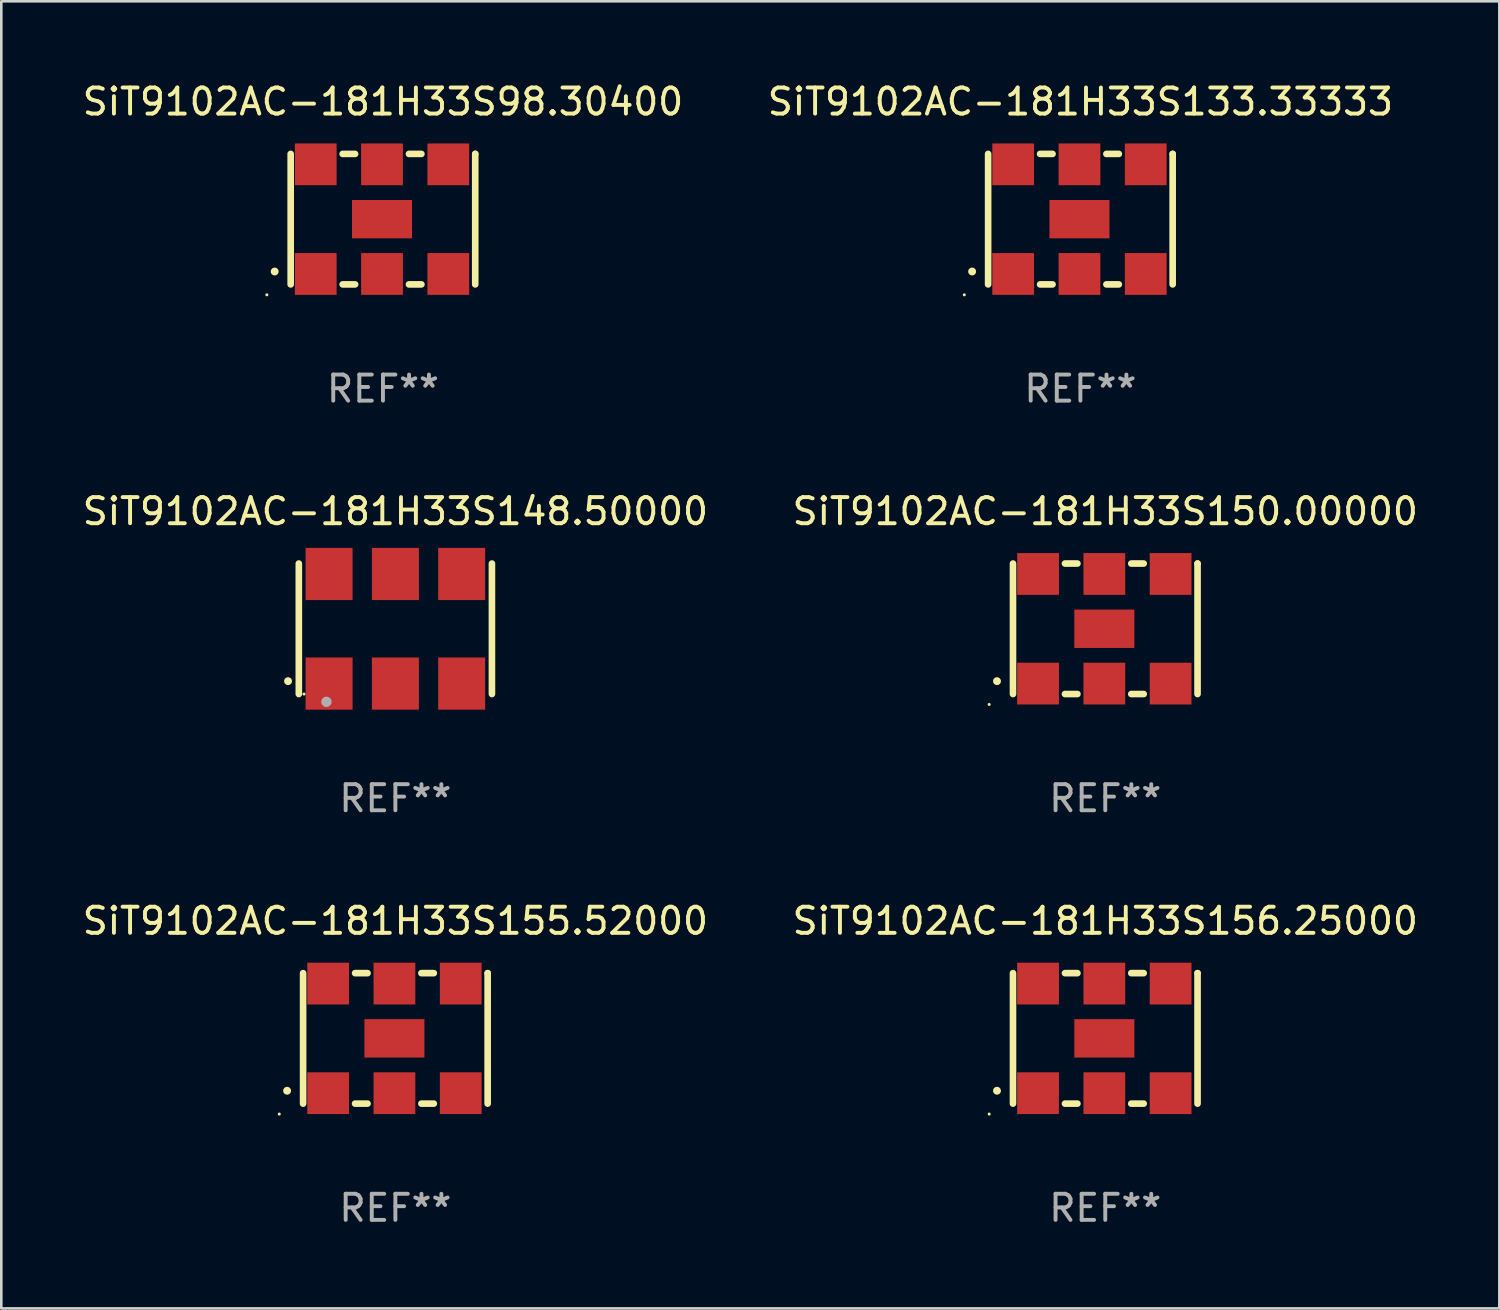
<source format=kicad_pcb>
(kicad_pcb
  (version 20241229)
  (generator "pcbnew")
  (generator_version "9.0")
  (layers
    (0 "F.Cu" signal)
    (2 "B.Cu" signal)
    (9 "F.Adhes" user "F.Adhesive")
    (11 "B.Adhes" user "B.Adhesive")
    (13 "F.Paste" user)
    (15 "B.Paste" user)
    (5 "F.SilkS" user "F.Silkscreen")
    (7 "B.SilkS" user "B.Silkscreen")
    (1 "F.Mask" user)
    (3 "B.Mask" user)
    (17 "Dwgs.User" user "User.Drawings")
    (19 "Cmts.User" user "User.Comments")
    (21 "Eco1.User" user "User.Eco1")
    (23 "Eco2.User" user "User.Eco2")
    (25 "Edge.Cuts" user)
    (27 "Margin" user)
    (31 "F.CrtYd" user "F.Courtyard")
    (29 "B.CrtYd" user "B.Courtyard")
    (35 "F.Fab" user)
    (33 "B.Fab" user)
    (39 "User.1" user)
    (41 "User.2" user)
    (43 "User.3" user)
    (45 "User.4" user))
  (footprint "SiT9102AC-181H33S156.25000"
    (layer "F.Cu")
    (at 39.304 36.741)
    (property "Reference" "SiT9102AC-181H33S156.25000" (at 0 -4.5 0) (layer "F.SilkS") (effects (font (size 1 1) (thickness 0.15))))
    (attr through_hole)
    (fp_line (start -3.536 -2.5) (end -3.536 2.5) (stroke (width 0.254) (type solid)) (layer "F.SilkS"))
    (fp_line (start -1.544 2.5) (end -1.067 2.5) (stroke (width 0.254) (type solid)) (layer "F.SilkS"))
    (fp_line (start -1.067 -2.5) (end -1.544 -2.5) (stroke (width 0.254) (type solid)) (layer "F.SilkS"))
    (fp_line (start 0.996 2.5) (end 1.473 2.5) (stroke (width 0.254) (type solid)) (layer "F.SilkS"))
    (fp_line (start 1.473 -2.5) (end 0.996 -2.5) (stroke (width 0.254) (type solid)) (layer "F.SilkS"))
    (fp_line (start 3.536 -2.5) (end 3.536 -2.5) (stroke (width 0.254) (type solid)) (layer "F.SilkS"))
    (fp_line (start 3.536 2.5) (end 3.536 -2.5) (stroke (width 0.254) (type solid)) (layer "F.SilkS"))
    (fp_arc (start -4.150432 2.006604) (mid -4.149162 2.006599) (end -4.147892 2.006604) (stroke (width 0.3) (type solid)) (layer "F.SilkS"))
    (fp_circle (center -4.449 2.9) (end -4.419 2.9) (stroke (width 0.06) (type solid)) (fill no) (layer "F.SilkS"))
    (fp_text user "REF**" (at 0 6.5 0) (layer "F.Fab") (effects (font (size 1 1) (thickness 0.15))))
    (pad "1" smd rect (at -2.576 2.1) (size 1.6 1.6) (layers "F.Cu" "F.Mask" "F.Paste"))
    (pad "2" smd rect (at -0.036 2.1) (size 1.6 1.6) (layers "F.Cu" "F.Mask" "F.Paste"))
    (pad "3" smd rect (at 2.504 2.1) (size 1.6 1.6) (layers "F.Cu" "F.Mask" "F.Paste"))
    (pad "4" smd rect (at 2.504 -2.1) (size 1.6 1.6) (layers "F.Cu" "F.Mask" "F.Paste"))
    (pad "5" smd rect (at -0.036 -2.1) (size 1.6 1.6) (layers "F.Cu" "F.Mask" "F.Paste"))
    (pad "6" smd rect (at -2.576 -2.1) (size 1.6 1.6) (layers "F.Cu" "F.Mask" "F.Paste"))
    (pad "7" smd rect (at -0.036 0) (size 2.3 1.47) (layers "F.Cu" "F.Mask" "F.Paste")))
  (footprint "SiT9102AC-181H33S133.33333"
    (layer "F.Cu")
    (at 38.351 5.348)
    (property "Reference" "SiT9102AC-181H33S133.33333" (at 0 -4.5 0) (layer "F.SilkS") (effects (font (size 1 1) (thickness 0.15))))
    (attr through_hole)
    (fp_line (start -3.536 -2.5) (end -3.536 2.5) (stroke (width 0.254) (type solid)) (layer "F.SilkS"))
    (fp_line (start -1.544 2.5) (end -1.067 2.5) (stroke (width 0.254) (type solid)) (layer "F.SilkS"))
    (fp_line (start -1.067 -2.5) (end -1.544 -2.5) (stroke (width 0.254) (type solid)) (layer "F.SilkS"))
    (fp_line (start 0.996 2.5) (end 1.473 2.5) (stroke (width 0.254) (type solid)) (layer "F.SilkS"))
    (fp_line (start 1.473 -2.5) (end 0.996 -2.5) (stroke (width 0.254) (type solid)) (layer "F.SilkS"))
    (fp_line (start 3.536 -2.5) (end 3.536 -2.5) (stroke (width 0.254) (type solid)) (layer "F.SilkS"))
    (fp_line (start 3.536 2.5) (end 3.536 -2.5) (stroke (width 0.254) (type solid)) (layer "F.SilkS"))
    (fp_arc (start -4.150432 2.006604) (mid -4.149162 2.006599) (end -4.147892 2.006604) (stroke (width 0.3) (type solid)) (layer "F.SilkS"))
    (fp_circle (center -4.449 2.9) (end -4.419 2.9) (stroke (width 0.06) (type solid)) (fill no) (layer "F.SilkS"))
    (fp_text user "REF**" (at 0 6.5 0) (layer "F.Fab") (effects (font (size 1 1) (thickness 0.15))))
    (pad "1" smd rect (at -2.576 2.1) (size 1.6 1.6) (layers "F.Cu" "F.Mask" "F.Paste"))
    (pad "2" smd rect (at -0.036 2.1) (size 1.6 1.6) (layers "F.Cu" "F.Mask" "F.Paste"))
    (pad "3" smd rect (at 2.504 2.1) (size 1.6 1.6) (layers "F.Cu" "F.Mask" "F.Paste"))
    (pad "4" smd rect (at 2.504 -2.1) (size 1.6 1.6) (layers "F.Cu" "F.Mask" "F.Paste"))
    (pad "5" smd rect (at -0.036 -2.1) (size 1.6 1.6) (layers "F.Cu" "F.Mask" "F.Paste"))
    (pad "6" smd rect (at -2.576 -2.1) (size 1.6 1.6) (layers "F.Cu" "F.Mask" "F.Paste"))
    (pad "7" smd rect (at -0.036 0) (size 2.3 1.47) (layers "F.Cu" "F.Mask" "F.Paste")))
  (footprint "SiT9102AC-181H33S150.00000"
    (layer "F.Cu")
    (at 39.304 21.045)
    (property "Reference" "SiT9102AC-181H33S150.00000" (at 0 -4.5 0) (layer "F.SilkS") (effects (font (size 1 1) (thickness 0.15))))
    (attr through_hole)
    (fp_line (start -3.536 -2.5) (end -3.536 2.5) (stroke (width 0.254) (type solid)) (layer "F.SilkS"))
    (fp_line (start -1.544 2.5) (end -1.067 2.5) (stroke (width 0.254) (type solid)) (layer "F.SilkS"))
    (fp_line (start -1.067 -2.5) (end -1.544 -2.5) (stroke (width 0.254) (type solid)) (layer "F.SilkS"))
    (fp_line (start 0.996 2.5) (end 1.473 2.5) (stroke (width 0.254) (type solid)) (layer "F.SilkS"))
    (fp_line (start 1.473 -2.5) (end 0.996 -2.5) (stroke (width 0.254) (type solid)) (layer "F.SilkS"))
    (fp_line (start 3.536 -2.5) (end 3.536 -2.5) (stroke (width 0.254) (type solid)) (layer "F.SilkS"))
    (fp_line (start 3.536 2.5) (end 3.536 -2.5) (stroke (width 0.254) (type solid)) (layer "F.SilkS"))
    (fp_arc (start -4.150432 2.006604) (mid -4.149162 2.006599) (end -4.147892 2.006604) (stroke (width 0.3) (type solid)) (layer "F.SilkS"))
    (fp_circle (center -4.449 2.9) (end -4.419 2.9) (stroke (width 0.06) (type solid)) (fill no) (layer "F.SilkS"))
    (fp_text user "REF**" (at 0 6.5 0) (layer "F.Fab") (effects (font (size 1 1) (thickness 0.15))))
    (pad "1" smd rect (at -2.576 2.1) (size 1.6 1.6) (layers "F.Cu" "F.Mask" "F.Paste"))
    (pad "2" smd rect (at -0.036 2.1) (size 1.6 1.6) (layers "F.Cu" "F.Mask" "F.Paste"))
    (pad "3" smd rect (at 2.504 2.1) (size 1.6 1.6) (layers "F.Cu" "F.Mask" "F.Paste"))
    (pad "4" smd rect (at 2.504 -2.1) (size 1.6 1.6) (layers "F.Cu" "F.Mask" "F.Paste"))
    (pad "5" smd rect (at -0.036 -2.1) (size 1.6 1.6) (layers "F.Cu" "F.Mask" "F.Paste"))
    (pad "6" smd rect (at -2.576 -2.1) (size 1.6 1.6) (layers "F.Cu" "F.Mask" "F.Paste"))
    (pad "7" smd rect (at -0.036 0) (size 2.3 1.47) (layers "F.Cu" "F.Mask" "F.Paste")))
  (footprint "SiT9102AC-181H33S98.30400"
    (layer "F.Cu")
    (at 11.625 5.348)
    (property "Reference" "SiT9102AC-181H33S98.30400" (at 0 -4.5 0) (layer "F.SilkS") (effects (font (size 1 1) (thickness 0.15))))
    (attr through_hole)
    (fp_line (start -3.536 -2.5) (end -3.536 2.5) (stroke (width 0.254) (type solid)) (layer "F.SilkS"))
    (fp_line (start -1.544 2.5) (end -1.067 2.5) (stroke (width 0.254) (type solid)) (layer "F.SilkS"))
    (fp_line (start -1.067 -2.5) (end -1.544 -2.5) (stroke (width 0.254) (type solid)) (layer "F.SilkS"))
    (fp_line (start 0.996 2.5) (end 1.473 2.5) (stroke (width 0.254) (type solid)) (layer "F.SilkS"))
    (fp_line (start 1.473 -2.5) (end 0.996 -2.5) (stroke (width 0.254) (type solid)) (layer "F.SilkS"))
    (fp_line (start 3.536 -2.5) (end 3.536 -2.5) (stroke (width 0.254) (type solid)) (layer "F.SilkS"))
    (fp_line (start 3.536 2.5) (end 3.536 -2.5) (stroke (width 0.254) (type solid)) (layer "F.SilkS"))
    (fp_arc (start -4.150432 2.006604) (mid -4.149162 2.006599) (end -4.147892 2.006604) (stroke (width 0.3) (type solid)) (layer "F.SilkS"))
    (fp_circle (center -4.449 2.9) (end -4.419 2.9) (stroke (width 0.06) (type solid)) (fill no) (layer "F.SilkS"))
    (fp_text user "REF**" (at 0 6.5 0) (layer "F.Fab") (effects (font (size 1 1) (thickness 0.15))))
    (pad "1" smd rect (at -2.576 2.1) (size 1.6 1.6) (layers "F.Cu" "F.Mask" "F.Paste"))
    (pad "2" smd rect (at -0.036 2.1) (size 1.6 1.6) (layers "F.Cu" "F.Mask" "F.Paste"))
    (pad "3" smd rect (at 2.504 2.1) (size 1.6 1.6) (layers "F.Cu" "F.Mask" "F.Paste"))
    (pad "4" smd rect (at 2.504 -2.1) (size 1.6 1.6) (layers "F.Cu" "F.Mask" "F.Paste"))
    (pad "5" smd rect (at -0.036 -2.1) (size 1.6 1.6) (layers "F.Cu" "F.Mask" "F.Paste"))
    (pad "6" smd rect (at -2.576 -2.1) (size 1.6 1.6) (layers "F.Cu" "F.Mask" "F.Paste"))
    (pad "7" smd rect (at -0.036 0) (size 2.3 1.47) (layers "F.Cu" "F.Mask" "F.Paste")))
  (footprint "SiT9102AC-181H33S155.52000"
    (layer "F.Cu")
    (at 12.101 36.741)
    (property "Reference" "SiT9102AC-181H33S155.52000" (at 0 -4.5 0) (layer "F.SilkS") (effects (font (size 1 1) (thickness 0.15))))
    (attr through_hole)
    (fp_line (start -3.536 -2.5) (end -3.536 2.5) (stroke (width 0.254) (type solid)) (layer "F.SilkS"))
    (fp_line (start -1.544 2.5) (end -1.067 2.5) (stroke (width 0.254) (type solid)) (layer "F.SilkS"))
    (fp_line (start -1.067 -2.5) (end -1.544 -2.5) (stroke (width 0.254) (type solid)) (layer "F.SilkS"))
    (fp_line (start 0.996 2.5) (end 1.473 2.5) (stroke (width 0.254) (type solid)) (layer "F.SilkS"))
    (fp_line (start 1.473 -2.5) (end 0.996 -2.5) (stroke (width 0.254) (type solid)) (layer "F.SilkS"))
    (fp_line (start 3.536 -2.5) (end 3.536 -2.5) (stroke (width 0.254) (type solid)) (layer "F.SilkS"))
    (fp_line (start 3.536 2.5) (end 3.536 -2.5) (stroke (width 0.254) (type solid)) (layer "F.SilkS"))
    (fp_arc (start -4.150432 2.006604) (mid -4.149162 2.006599) (end -4.147892 2.006604) (stroke (width 0.3) (type solid)) (layer "F.SilkS"))
    (fp_circle (center -4.449 2.9) (end -4.419 2.9) (stroke (width 0.06) (type solid)) (fill no) (layer "F.SilkS"))
    (fp_text user "REF**" (at 0 6.5 0) (layer "F.Fab") (effects (font (size 1 1) (thickness 0.15))))
    (pad "1" smd rect (at -2.576 2.1) (size 1.6 1.6) (layers "F.Cu" "F.Mask" "F.Paste"))
    (pad "2" smd rect (at -0.036 2.1) (size 1.6 1.6) (layers "F.Cu" "F.Mask" "F.Paste"))
    (pad "3" smd rect (at 2.504 2.1) (size 1.6 1.6) (layers "F.Cu" "F.Mask" "F.Paste"))
    (pad "4" smd rect (at 2.504 -2.1) (size 1.6 1.6) (layers "F.Cu" "F.Mask" "F.Paste"))
    (pad "5" smd rect (at -0.036 -2.1) (size 1.6 1.6) (layers "F.Cu" "F.Mask" "F.Paste"))
    (pad "6" smd rect (at -2.576 -2.1) (size 1.6 1.6) (layers "F.Cu" "F.Mask" "F.Paste"))
    (pad "7" smd rect (at -0.036 0) (size 2.3 1.47) (layers "F.Cu" "F.Mask" "F.Paste")))
  (footprint "SiT9102AC-181H33S148.50000"
    (layer "F.Cu")
    (at 12.101 21.045)
    (property "Reference" "SiT9102AC-181H33S148.50000" (at 0 -4.5 0) (layer "F.SilkS") (effects (font (size 1 1) (thickness 0.15))))
    (attr through_hole)
    (fp_line (start -3.7 -2.5) (end -3.7 2.5) (stroke (width 0.254) (type solid)) (layer "F.SilkS"))
    (fp_line (start 3.7 -2.5) (end 3.7 2.5) (stroke (width 0.254) (type solid)) (layer "F.SilkS"))
    (fp_arc (start -4.114415 2.006604) (mid -4.113145 2.006599) (end -4.111875 2.006604) (stroke (width 0.3) (type solid)) (layer "F.SilkS"))
    (fp_circle (center -3.5 2.501) (end -3.47 2.501) (stroke (width 0.06) (type solid)) (fill no) (layer "F.SilkS"))
    (fp_circle (center -2.641 2.799) (end -2.541 2.799) (stroke (width 0.2) (type solid)) (fill no) (layer "F.Fab"))
    (fp_text user "REF**" (at 0 6.5 0) (layer "F.Fab") (effects (font (size 1 1) (thickness 0.15))))
    (pad "1" smd rect (at -2.54 2.1) (size 1.8 2) (layers "F.Cu" "F.Mask" "F.Paste"))
    (pad "2" smd rect (at 0.000394 2.1) (size 1.8 2) (layers "F.Cu" "F.Mask" "F.Paste"))
    (pad "3" smd rect (at 2.54 2.1) (size 1.8 2) (layers "F.Cu" "F.Mask" "F.Paste"))
    (pad "4" smd rect (at 2.54 -2.1) (size 1.8 2) (layers "F.Cu" "F.Mask" "F.Paste"))
    (pad "5" smd rect (at 0.000394 -2.1) (size 1.8 2) (layers "F.Cu" "F.Mask" "F.Paste"))
    (pad "6" smd rect (at -2.54 -2.1) (size 1.8 2) (layers "F.Cu" "F.Mask" "F.Paste")))
  (gr_rect
    (start -3 -3)
    (end 54.405 47.09)
    (stroke (width 0.1) (type default))
    (fill no)
    (layer "Edge.Cuts")))
</source>
